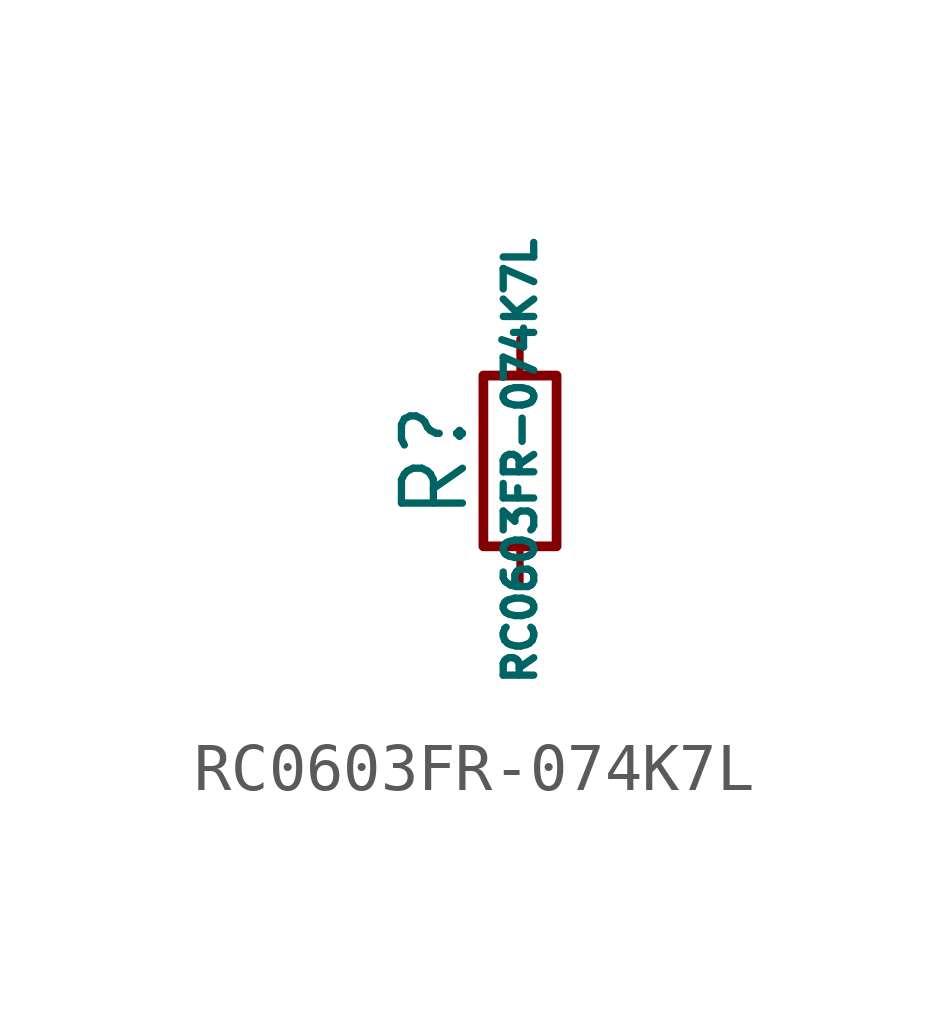
<source format=kicad_sym>
(kicad_symbol_lib
  (version 20220914)
  (generator kicad_symbol_editor)
  (symbol "RC0603FR-074K7L"
    (pin_numbers hide)
    (pin_names
      (offset 0.254) hide)
    (property "Reference" "R"
      (at -1.778 0 90)
      (effects (font (size 1.27 1.27))))
    (property "Value" "RC0603FR-074K7L"
      (at 0 0 90)
      (effects (font (size 0.635 0.635))))
    (symbol "RC0603FR-074K7L_0_1"
      (rectangle (start -0.762 1.778) (end 0.762 -1.778) (stroke (width 0.203) (type default)) (fill (type none))))
    (symbol "RC0603FR-074K7L_1_1"
      (pin passive line (at 0 2.54 270) (length 0.762) (name "~" (effects (font (size 1.27 1.27)))) (number "1" (effects (font (size 1.27 1.27)))))
      (pin passive line (at 0 -2.54 90) (length 0.762) (name "~" (effects (font (size 1.27 1.27)))) (number "2" (effects (font (size 1.27 1.27))))))))
</source>
